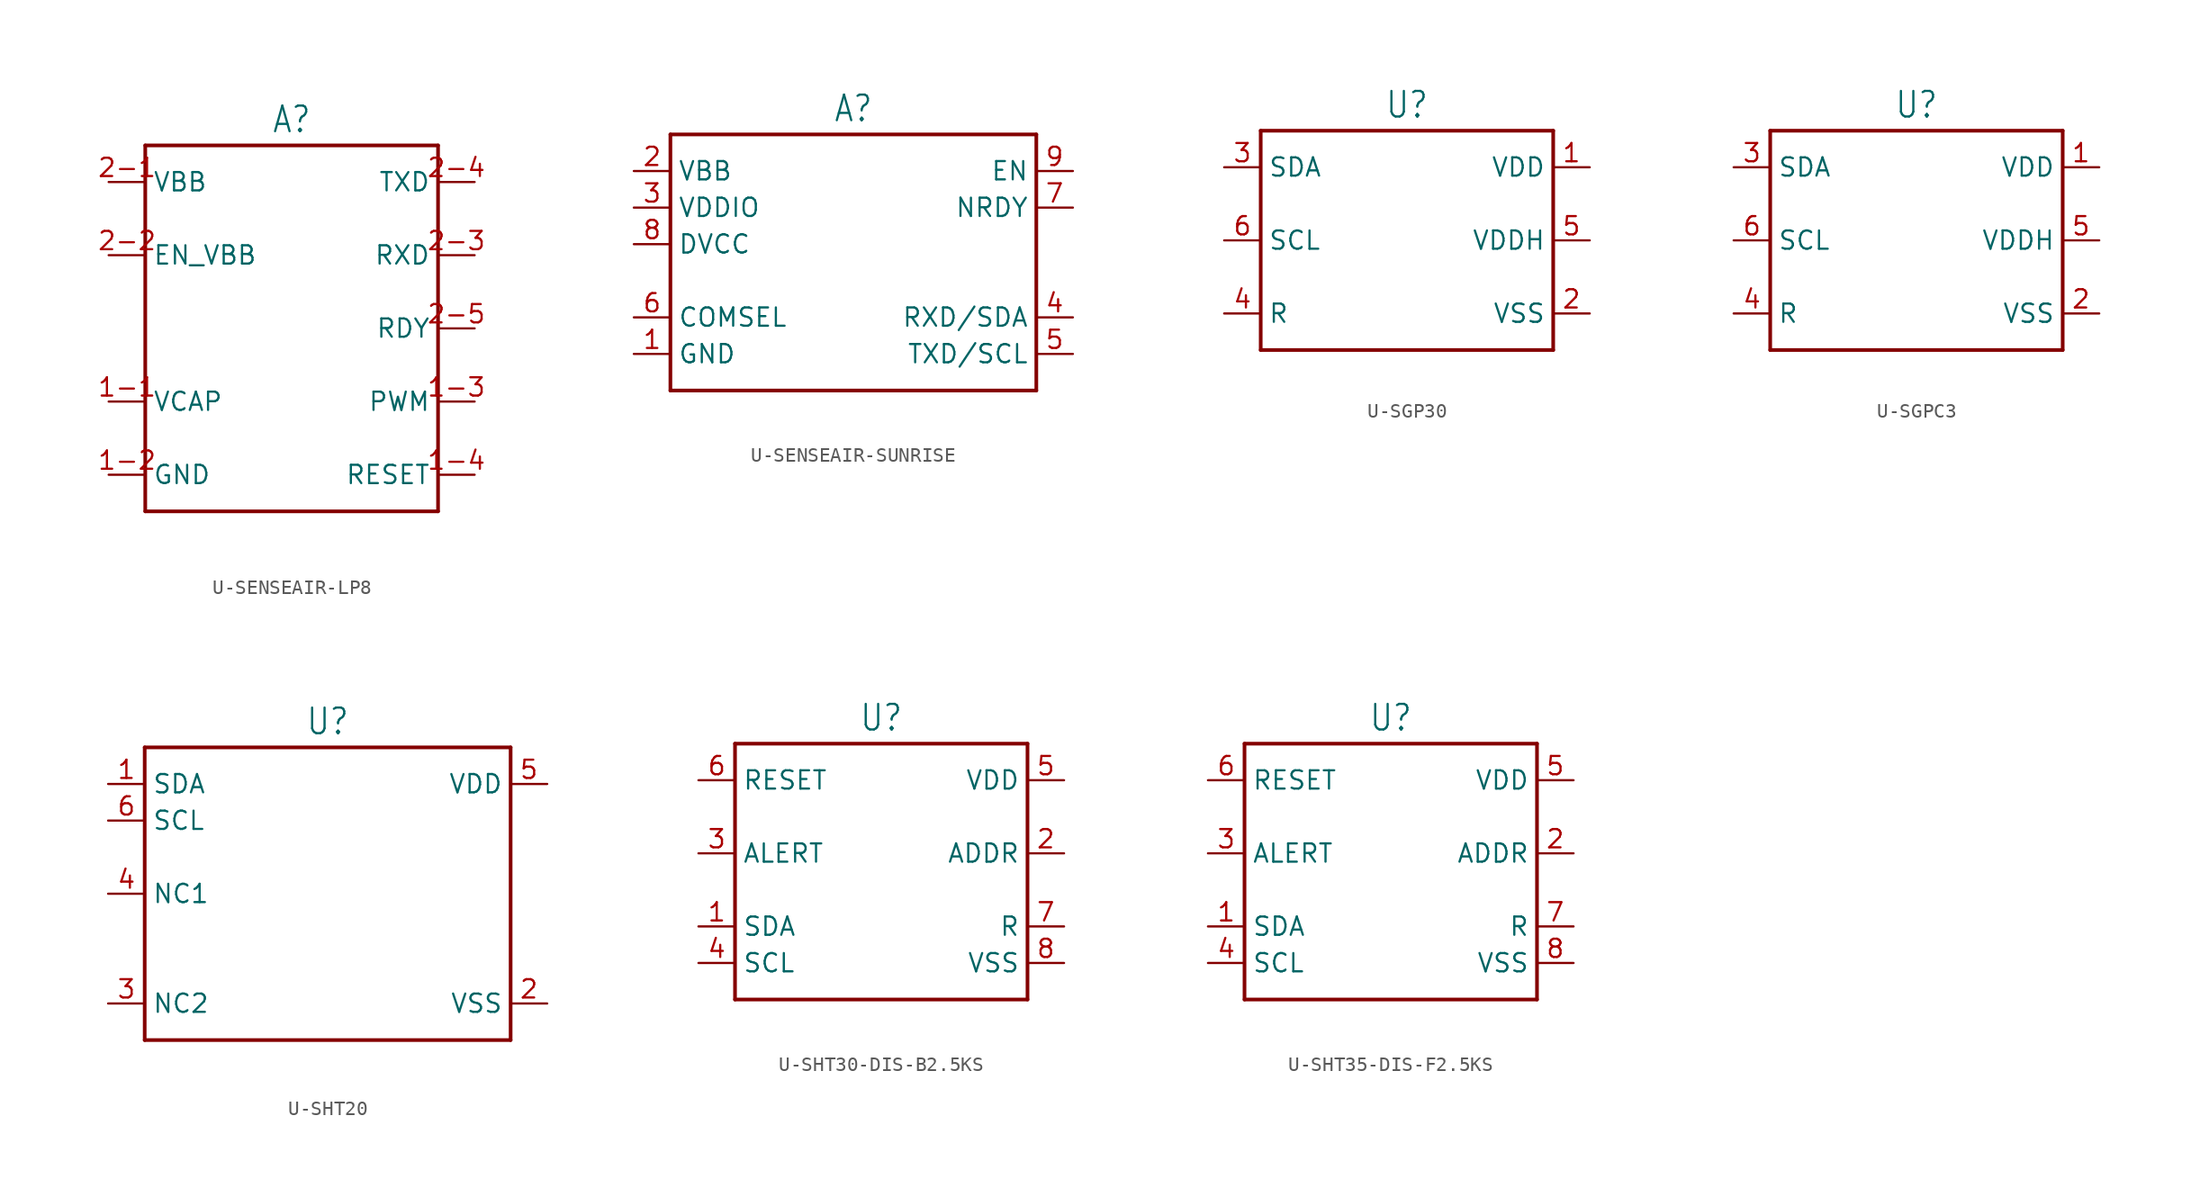
<source format=kicad_sym>
(kicad_symbol_lib
  (version 20231120)
  (generator "kicad_symbol_editor")
  (generator_version "8.0")
  (symbol "U-SENSEAIR-LP8"
    (property "Reference" "A"
      (at 0 13.462 0)
      (effects (font (size 1.778 1.511)) (justify bottom)))
    (property "Value" ""
      (at 0 -13.462 0)
      (effects (font (size 1.778 1.511)) (justify top)))
    (property "ki_locked" ""
      (at 0 0 0)
      (effects (font (size 1.27 1.27))))
    (symbol "U-SENSEAIR-LP8_1_0"
      (polyline (pts (xy -10.16 -12.7) (xy -10.16 12.7)) (stroke (width 0.254) (type solid)) (fill (type none)))
      (polyline (pts (xy -10.16 12.7) (xy 10.16 12.7)) (stroke (width 0.254) (type solid)) (fill (type none)))
      (polyline (pts (xy 10.16 -12.7) (xy -10.16 -12.7)) (stroke (width 0.254) (type solid)) (fill (type none)))
      (polyline (pts (xy 10.16 12.7) (xy 10.16 -12.7)) (stroke (width 0.254) (type solid)) (fill (type none)))
      (pin passive line (at -12.7 -5.08 0) (length 2.54) (name "VCAP" (effects (font (size 1.27 1.27)))) (number "1-1" (effects (font (size 1.27 1.27)))))
      (pin passive line (at -12.7 -10.16 0) (length 2.54) (name "GND" (effects (font (size 1.27 1.27)))) (number "1-2" (effects (font (size 1.27 1.27)))))
      (pin passive line (at 12.7 -5.08 180) (length 2.54) (name "PWM" (effects (font (size 1.27 1.27)))) (number "1-3" (effects (font (size 1.27 1.27)))))
      (pin passive line (at 12.7 -10.16 180) (length 2.54) (name "RESET" (effects (font (size 1.27 1.27)))) (number "1-4" (effects (font (size 1.27 1.27)))))
      (pin passive line (at -12.7 10.16 0) (length 2.54) (name "VBB" (effects (font (size 1.27 1.27)))) (number "2-1" (effects (font (size 1.27 1.27)))))
      (pin passive line (at -12.7 5.08 0) (length 2.54) (name "EN_VBB" (effects (font (size 1.27 1.27)))) (number "2-2" (effects (font (size 1.27 1.27)))))
      (pin passive line (at 12.7 5.08 180) (length 2.54) (name "RXD" (effects (font (size 1.27 1.27)))) (number "2-3" (effects (font (size 1.27 1.27)))))
      (pin passive line (at 12.7 10.16 180) (length 2.54) (name "TXD" (effects (font (size 1.27 1.27)))) (number "2-4" (effects (font (size 1.27 1.27)))))
      (pin passive line (at 12.7 0 180) (length 2.54) (name "RDY" (effects (font (size 1.27 1.27)))) (number "2-5" (effects (font (size 1.27 1.27)))))))
  (symbol "U-SENSEAIR-SUNRISE"
    (property "Reference" "A"
      (at 0 8.382 0)
      (effects (font (size 1.778 1.511)) (justify bottom)))
    (property "Value" ""
      (at 0 -10.922 0)
      (effects (font (size 1.778 1.511)) (justify top)))
    (property "ki_locked" ""
      (at 0 0 0)
      (effects (font (size 1.27 1.27))))
    (symbol "U-SENSEAIR-SUNRISE_1_0"
      (polyline (pts (xy -12.7 -10.16) (xy -12.7 7.62)) (stroke (width 0.254) (type solid)) (fill (type none)))
      (polyline (pts (xy -12.7 7.62) (xy 12.7 7.62)) (stroke (width 0.254) (type solid)) (fill (type none)))
      (polyline (pts (xy 12.7 -10.16) (xy -12.7 -10.16)) (stroke (width 0.254) (type solid)) (fill (type none)))
      (polyline (pts (xy 12.7 7.62) (xy 12.7 -10.16)) (stroke (width 0.254) (type solid)) (fill (type none)))
      (pin passive line (at -15.24 -7.62 0) (length 2.54) (name "GND" (effects (font (size 1.27 1.27)))) (number "1" (effects (font (size 1.27 1.27)))))
      (pin passive line (at -15.24 5.08 0) (length 2.54) (name "VBB" (effects (font (size 1.27 1.27)))) (number "2" (effects (font (size 1.27 1.27)))))
      (pin passive line (at -15.24 2.54 0) (length 2.54) (name "VDDIO" (effects (font (size 1.27 1.27)))) (number "3" (effects (font (size 1.27 1.27)))))
      (pin passive line (at 15.24 -5.08 180) (length 2.54) (name "RXD/SDA" (effects (font (size 1.27 1.27)))) (number "4" (effects (font (size 1.27 1.27)))))
      (pin passive line (at 15.24 -7.62 180) (length 2.54) (name "TXD/SCL" (effects (font (size 1.27 1.27)))) (number "5" (effects (font (size 1.27 1.27)))))
      (pin passive line (at -15.24 -5.08 0) (length 2.54) (name "COMSEL" (effects (font (size 1.27 1.27)))) (number "6" (effects (font (size 1.27 1.27)))))
      (pin passive line (at 15.24 2.54 180) (length 2.54) (name "NRDY" (effects (font (size 1.27 1.27)))) (number "7" (effects (font (size 1.27 1.27)))))
      (pin passive line (at -15.24 0 0) (length 2.54) (name "DVCC" (effects (font (size 1.27 1.27)))) (number "8" (effects (font (size 1.27 1.27)))))
      (pin passive line (at 15.24 5.08 180) (length 2.54) (name "EN" (effects (font (size 1.27 1.27)))) (number "9" (effects (font (size 1.27 1.27)))))))
  (symbol "U-SGP30"
    (property "Reference" "U"
      (at 0 8.382 0)
      (effects (font (size 1.778 1.511)) (justify bottom)))
    (property "Value" ""
      (at 0 -8.382 0)
      (effects (font (size 1.778 1.511)) (justify top)))
    (property "ki_locked" ""
      (at 0 0 0)
      (effects (font (size 1.27 1.27))))
    (symbol "U-SGP30_1_0"
      (polyline (pts (xy -10.16 -7.62) (xy -10.16 7.62)) (stroke (width 0.254) (type solid)) (fill (type none)))
      (polyline (pts (xy -10.16 7.62) (xy 10.16 7.62)) (stroke (width 0.254) (type solid)) (fill (type none)))
      (polyline (pts (xy 10.16 -7.62) (xy -10.16 -7.62)) (stroke (width 0.254) (type solid)) (fill (type none)))
      (polyline (pts (xy 10.16 7.62) (xy 10.16 -7.62)) (stroke (width 0.254) (type solid)) (fill (type none)))
      (pin passive line (at 12.7 5.08 180) (length 2.54) (name "VDD" (effects (font (size 1.27 1.27)))) (number "1" (effects (font (size 1.27 1.27)))))
      (pin passive line (at 12.7 -5.08 180) (length 2.54) (name "VSS" (effects (font (size 1.27 1.27)))) (number "2" (effects (font (size 1.27 1.27)))))
      (pin passive line (at -12.7 5.08 0) (length 2.54) (name "SDA" (effects (font (size 1.27 1.27)))) (number "3" (effects (font (size 1.27 1.27)))))
      (pin passive line (at -12.7 -5.08 0) (length 2.54) (name "R" (effects (font (size 1.27 1.27)))) (number "4" (effects (font (size 1.27 1.27)))))
      (pin passive line (at 12.7 0 180) (length 2.54) (name "VDDH" (effects (font (size 1.27 1.27)))) (number "5" (effects (font (size 1.27 1.27)))))
      (pin passive line (at -12.7 0 0) (length 2.54) (name "SCL" (effects (font (size 1.27 1.27)))) (number "6" (effects (font (size 1.27 1.27)))))))
  (symbol "U-SGPC3"
    (property "Reference" "U"
      (at 0 8.382 0)
      (effects (font (size 1.778 1.511)) (justify bottom)))
    (property "Value" ""
      (at 0 -8.382 0)
      (effects (font (size 1.778 1.511)) (justify top)))
    (property "ki_locked" ""
      (at 0 0 0)
      (effects (font (size 1.27 1.27))))
    (symbol "U-SGPC3_1_0"
      (polyline (pts (xy -10.16 -7.62) (xy -10.16 7.62)) (stroke (width 0.254) (type solid)) (fill (type none)))
      (polyline (pts (xy -10.16 7.62) (xy 10.16 7.62)) (stroke (width 0.254) (type solid)) (fill (type none)))
      (polyline (pts (xy 10.16 -7.62) (xy -10.16 -7.62)) (stroke (width 0.254) (type solid)) (fill (type none)))
      (polyline (pts (xy 10.16 7.62) (xy 10.16 -7.62)) (stroke (width 0.254) (type solid)) (fill (type none)))
      (pin passive line (at 12.7 5.08 180) (length 2.54) (name "VDD" (effects (font (size 1.27 1.27)))) (number "1" (effects (font (size 1.27 1.27)))))
      (pin passive line (at 12.7 -5.08 180) (length 2.54) (name "VSS" (effects (font (size 1.27 1.27)))) (number "2" (effects (font (size 1.27 1.27)))))
      (pin passive line (at -12.7 5.08 0) (length 2.54) (name "SDA" (effects (font (size 1.27 1.27)))) (number "3" (effects (font (size 1.27 1.27)))))
      (pin passive line (at -12.7 -5.08 0) (length 2.54) (name "R" (effects (font (size 1.27 1.27)))) (number "4" (effects (font (size 1.27 1.27)))))
      (pin passive line (at 12.7 0 180) (length 2.54) (name "VDDH" (effects (font (size 1.27 1.27)))) (number "5" (effects (font (size 1.27 1.27)))))
      (pin passive line (at -12.7 0 0) (length 2.54) (name "SCL" (effects (font (size 1.27 1.27)))) (number "6" (effects (font (size 1.27 1.27)))))))
  (symbol "U-SHT20"
    (property "Reference" "U"
      (at 0 10.922 0)
      (effects (font (size 1.778 1.511)) (justify bottom)))
    (property "Value" ""
      (at 0 -10.922 0)
      (effects (font (size 1.778 1.511)) (justify top)))
    (property "ki_locked" ""
      (at 0 0 0)
      (effects (font (size 1.27 1.27))))
    (symbol "U-SHT20_1_0"
      (polyline (pts (xy -12.7 -10.16) (xy -12.7 10.16)) (stroke (width 0.254) (type solid)) (fill (type none)))
      (polyline (pts (xy -12.7 10.16) (xy 12.7 10.16)) (stroke (width 0.254) (type solid)) (fill (type none)))
      (polyline (pts (xy 12.7 -10.16) (xy -12.7 -10.16)) (stroke (width 0.254) (type solid)) (fill (type none)))
      (polyline (pts (xy 12.7 10.16) (xy 12.7 -10.16)) (stroke (width 0.254) (type solid)) (fill (type none)))
      (pin passive line (at -15.24 7.62 0) (length 2.54) (name "SDA" (effects (font (size 1.27 1.27)))) (number "1" (effects (font (size 1.27 1.27)))))
      (pin passive line (at 15.24 -7.62 180) (length 2.54) (name "VSS" (effects (font (size 1.27 1.27)))) (number "2" (effects (font (size 1.27 1.27)))))
      (pin passive line (at -15.24 -7.62 0) (length 2.54) (name "NC2" (effects (font (size 1.27 1.27)))) (number "3" (effects (font (size 1.27 1.27)))))
      (pin passive line (at -15.24 0 0) (length 2.54) (name "NC1" (effects (font (size 1.27 1.27)))) (number "4" (effects (font (size 1.27 1.27)))))
      (pin passive line (at 15.24 7.62 180) (length 2.54) (name "VDD" (effects (font (size 1.27 1.27)))) (number "5" (effects (font (size 1.27 1.27)))))
      (pin passive line (at -15.24 5.08 0) (length 2.54) (name "SCL" (effects (font (size 1.27 1.27)))) (number "6" (effects (font (size 1.27 1.27)))))))
  (symbol "U-SHT30-DIS-B2.5KS"
    (property "Reference" "U"
      (at 0 8.382 0)
      (effects (font (size 1.778 1.511)) (justify bottom)))
    (property "Value" ""
      (at 0 -10.922 0)
      (effects (font (size 1.778 1.511)) (justify top)))
    (property "ki_locked" ""
      (at 0 0 0)
      (effects (font (size 1.27 1.27))))
    (symbol "U-SHT30-DIS-B2.5KS_1_0"
      (polyline (pts (xy -10.16 -10.16) (xy -10.16 7.62)) (stroke (width 0.254) (type solid)) (fill (type none)))
      (polyline (pts (xy -10.16 7.62) (xy 10.16 7.62)) (stroke (width 0.254) (type solid)) (fill (type none)))
      (polyline (pts (xy 10.16 -10.16) (xy -10.16 -10.16)) (stroke (width 0.254) (type solid)) (fill (type none)))
      (polyline (pts (xy 10.16 7.62) (xy 10.16 -10.16)) (stroke (width 0.254) (type solid)) (fill (type none)))
      (pin passive line (at -12.7 -5.08 0) (length 2.54) (name "SDA" (effects (font (size 1.27 1.27)))) (number "1" (effects (font (size 1.27 1.27)))))
      (pin passive line (at 12.7 0 180) (length 2.54) (name "ADDR" (effects (font (size 1.27 1.27)))) (number "2" (effects (font (size 1.27 1.27)))))
      (pin passive line (at -12.7 0 0) (length 2.54) (name "ALERT" (effects (font (size 1.27 1.27)))) (number "3" (effects (font (size 1.27 1.27)))))
      (pin passive line (at -12.7 -7.62 0) (length 2.54) (name "SCL" (effects (font (size 1.27 1.27)))) (number "4" (effects (font (size 1.27 1.27)))))
      (pin passive line (at 12.7 5.08 180) (length 2.54) (name "VDD" (effects (font (size 1.27 1.27)))) (number "5" (effects (font (size 1.27 1.27)))))
      (pin passive line (at -12.7 5.08 0) (length 2.54) (name "RESET" (effects (font (size 1.27 1.27)))) (number "6" (effects (font (size 1.27 1.27)))))
      (pin passive line (at 12.7 -5.08 180) (length 2.54) (name "R" (effects (font (size 1.27 1.27)))) (number "7" (effects (font (size 1.27 1.27)))))
      (pin passive line (at 12.7 -7.62 180) (length 2.54) (name "VSS" (effects (font (size 1.27 1.27)))) (number "8" (effects (font (size 1.27 1.27)))))))
  (symbol "U-SHT35-DIS-F2.5KS"
    (property "Reference" "U"
      (at 0 8.382 0)
      (effects (font (size 1.778 1.511)) (justify bottom)))
    (property "Value" ""
      (at 0 -10.922 0)
      (effects (font (size 1.778 1.511)) (justify top)))
    (property "ki_locked" ""
      (at 0 0 0)
      (effects (font (size 1.27 1.27))))
    (symbol "U-SHT35-DIS-F2.5KS_1_0"
      (polyline (pts (xy -10.16 -10.16) (xy -10.16 7.62)) (stroke (width 0.254) (type solid)) (fill (type none)))
      (polyline (pts (xy -10.16 7.62) (xy 10.16 7.62)) (stroke (width 0.254) (type solid)) (fill (type none)))
      (polyline (pts (xy 10.16 -10.16) (xy -10.16 -10.16)) (stroke (width 0.254) (type solid)) (fill (type none)))
      (polyline (pts (xy 10.16 7.62) (xy 10.16 -10.16)) (stroke (width 0.254) (type solid)) (fill (type none)))
      (pin passive line (at -12.7 -5.08 0) (length 2.54) (name "SDA" (effects (font (size 1.27 1.27)))) (number "1" (effects (font (size 1.27 1.27)))))
      (pin passive line (at 12.7 0 180) (length 2.54) (name "ADDR" (effects (font (size 1.27 1.27)))) (number "2" (effects (font (size 1.27 1.27)))))
      (pin passive line (at -12.7 0 0) (length 2.54) (name "ALERT" (effects (font (size 1.27 1.27)))) (number "3" (effects (font (size 1.27 1.27)))))
      (pin passive line (at -12.7 -7.62 0) (length 2.54) (name "SCL" (effects (font (size 1.27 1.27)))) (number "4" (effects (font (size 1.27 1.27)))))
      (pin passive line (at 12.7 5.08 180) (length 2.54) (name "VDD" (effects (font (size 1.27 1.27)))) (number "5" (effects (font (size 1.27 1.27)))))
      (pin passive line (at -12.7 5.08 0) (length 2.54) (name "RESET" (effects (font (size 1.27 1.27)))) (number "6" (effects (font (size 1.27 1.27)))))
      (pin passive line (at 12.7 -5.08 180) (length 2.54) (name "R" (effects (font (size 1.27 1.27)))) (number "7" (effects (font (size 1.27 1.27)))))
      (pin passive line (at 12.7 -7.62 180) (length 2.54) (name "VSS" (effects (font (size 1.27 1.27)))) (number "8" (effects (font (size 1.27 1.27))))))))
</source>
